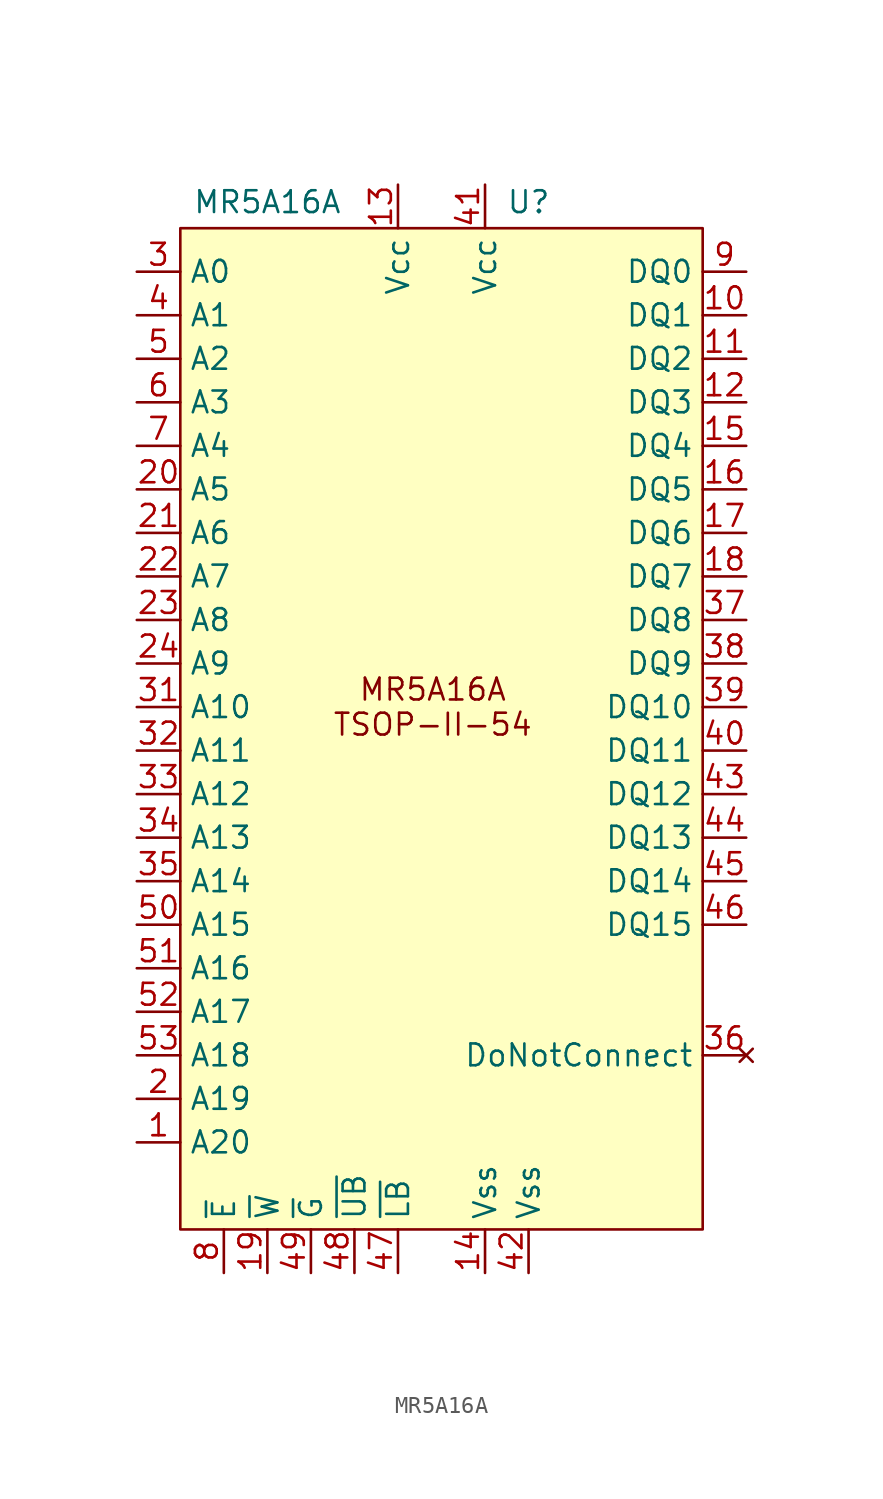
<source format=kicad_sym>
(kicad_symbol_lib
  (version 20231120)
  (generator "kicad_symbol_editor")
  (generator_version "8.0")
  (symbol "MR5A16A"
    (property "Reference" "U"
      (at 5.08 29.464 0)
      (effects (font (size 1.27 1.27))))
    (property "Value" "MR5A16A"
      (at -10.16 29.464 0)
      (effects (font (size 1.27 1.27))))
    (symbol "MR5A16A_0_1"
      (rectangle (start -15.24 27.94) (end 15.24 -30.48) (stroke (width 0) (type default)) (fill (type background))))
    (symbol "MR5A16A_1_1"
      (text "MR5A16A\nTSOP-II-54" (at -0.508 0 0) (effects (font (size 1.27 1.27))))
      (pin input line (at -17.78 -25.4 0) (length 2.54) (name "A20" (effects (font (size 1.27 1.27)))) (number "1" (effects (font (size 1.27 1.27)))))
      (pin tri_state line (at 17.78 22.86 180) (length 2.54) (name "DQ1" (effects (font (size 1.27 1.27)))) (number "10" (effects (font (size 1.27 1.27)))))
      (pin tri_state line (at 17.78 20.32 180) (length 2.54) (name "DQ2" (effects (font (size 1.27 1.27)))) (number "11" (effects (font (size 1.27 1.27)))))
      (pin tri_state line (at 17.78 17.78 180) (length 2.54) (name "DQ3" (effects (font (size 1.27 1.27)))) (number "12" (effects (font (size 1.27 1.27)))))
      (pin power_in line (at -2.54 30.48 270) (length 2.54) (name "Vcc" (effects (font (size 1.27 1.27)))) (number "13" (effects (font (size 1.27 1.27)))))
      (pin power_out line (at 2.54 -33.02 90) (length 2.54) (name "Vss" (effects (font (size 1.27 1.27)))) (number "14" (effects (font (size 1.27 1.27)))))
      (pin tri_state line (at 17.78 15.24 180) (length 2.54) (name "DQ4" (effects (font (size 1.27 1.27)))) (number "15" (effects (font (size 1.27 1.27)))))
      (pin tri_state line (at 17.78 12.7 180) (length 2.54) (name "DQ5" (effects (font (size 1.27 1.27)))) (number "16" (effects (font (size 1.27 1.27)))))
      (pin tri_state line (at 17.78 10.16 180) (length 2.54) (name "DQ6" (effects (font (size 1.27 1.27)))) (number "17" (effects (font (size 1.27 1.27)))))
      (pin tri_state line (at 17.78 7.62 180) (length 2.54) (name "DQ7" (effects (font (size 1.27 1.27)))) (number "18" (effects (font (size 1.27 1.27)))))
      (pin input line (at -10.16 -33.02 90) (length 2.54) (name "~{W}" (effects (font (size 1.27 1.27)))) (number "19" (effects (font (size 1.27 1.27)))))
      (pin input line (at -17.78 -22.86 0) (length 2.54) (name "A19" (effects (font (size 1.27 1.27)))) (number "2" (effects (font (size 1.27 1.27)))))
      (pin input line (at -17.78 12.7 0) (length 2.54) (name "A5" (effects (font (size 1.27 1.27)))) (number "20" (effects (font (size 1.27 1.27)))))
      (pin input line (at -17.78 10.16 0) (length 2.54) (name "A6" (effects (font (size 1.27 1.27)))) (number "21" (effects (font (size 1.27 1.27)))))
      (pin input line (at -17.78 7.62 0) (length 2.54) (name "A7" (effects (font (size 1.27 1.27)))) (number "22" (effects (font (size 1.27 1.27)))))
      (pin input line (at -17.78 5.08 0) (length 2.54) (name "A8" (effects (font (size 1.27 1.27)))) (number "23" (effects (font (size 1.27 1.27)))))
      (pin input line (at -17.78 2.54 0) (length 2.54) (name "A9" (effects (font (size 1.27 1.27)))) (number "24" (effects (font (size 1.27 1.27)))))
      (pin input line (at -17.78 25.4 0) (length 2.54) (name "A0" (effects (font (size 1.27 1.27)))) (number "3" (effects (font (size 1.27 1.27)))))
      (pin input line (at -17.78 0 0) (length 2.54) (name "A10" (effects (font (size 1.27 1.27)))) (number "31" (effects (font (size 1.27 1.27)))))
      (pin input line (at -17.78 -2.54 0) (length 2.54) (name "A11" (effects (font (size 1.27 1.27)))) (number "32" (effects (font (size 1.27 1.27)))))
      (pin input line (at -17.78 -5.08 0) (length 2.54) (name "A12" (effects (font (size 1.27 1.27)))) (number "33" (effects (font (size 1.27 1.27)))))
      (pin input line (at -17.78 -7.62 0) (length 2.54) (name "A13" (effects (font (size 1.27 1.27)))) (number "34" (effects (font (size 1.27 1.27)))))
      (pin input line (at -17.78 -10.16 0) (length 2.54) (name "A14" (effects (font (size 1.27 1.27)))) (number "35" (effects (font (size 1.27 1.27)))))
      (pin no_connect line (at 17.78 -20.32 180) (length 2.54) (name "DoNotConnect" (effects (font (size 1.27 1.27)))) (number "36" (effects (font (size 1.27 1.27)))))
      (pin tri_state line (at 17.78 5.08 180) (length 2.54) (name "DQ8" (effects (font (size 1.27 1.27)))) (number "37" (effects (font (size 1.27 1.27)))))
      (pin tri_state line (at 17.78 2.54 180) (length 2.54) (name "DQ9" (effects (font (size 1.27 1.27)))) (number "38" (effects (font (size 1.27 1.27)))))
      (pin tri_state line (at 17.78 0 180) (length 2.54) (name "DQ10" (effects (font (size 1.27 1.27)))) (number "39" (effects (font (size 1.27 1.27)))))
      (pin input line (at -17.78 22.86 0) (length 2.54) (name "A1" (effects (font (size 1.27 1.27)))) (number "4" (effects (font (size 1.27 1.27)))))
      (pin tri_state line (at 17.78 -2.54 180) (length 2.54) (name "DQ11" (effects (font (size 1.27 1.27)))) (number "40" (effects (font (size 1.27 1.27)))))
      (pin power_in line (at 2.54 30.48 270) (length 2.54) (name "Vcc" (effects (font (size 1.27 1.27)))) (number "41" (effects (font (size 1.27 1.27)))))
      (pin power_out line (at 5.08 -33.02 90) (length 2.54) (name "Vss" (effects (font (size 1.27 1.27)))) (number "42" (effects (font (size 1.27 1.27)))))
      (pin tri_state line (at 17.78 -5.08 180) (length 2.54) (name "DQ12" (effects (font (size 1.27 1.27)))) (number "43" (effects (font (size 1.27 1.27)))))
      (pin tri_state line (at 17.78 -7.62 180) (length 2.54) (name "DQ13" (effects (font (size 1.27 1.27)))) (number "44" (effects (font (size 1.27 1.27)))))
      (pin tri_state line (at 17.78 -10.16 180) (length 2.54) (name "DQ14" (effects (font (size 1.27 1.27)))) (number "45" (effects (font (size 1.27 1.27)))))
      (pin tri_state line (at 17.78 -12.7 180) (length 2.54) (name "DQ15" (effects (font (size 1.27 1.27)))) (number "46" (effects (font (size 1.27 1.27)))))
      (pin input line (at -2.54 -33.02 90) (length 2.54) (name "~{LB}" (effects (font (size 1.27 1.27)))) (number "47" (effects (font (size 1.27 1.27)))))
      (pin input line (at -5.08 -33.02 90) (length 2.54) (name "~{UB}" (effects (font (size 1.27 1.27)))) (number "48" (effects (font (size 1.27 1.27)))))
      (pin input line (at -7.62 -33.02 90) (length 2.54) (name "~{G}" (effects (font (size 1.27 1.27)))) (number "49" (effects (font (size 1.27 1.27)))))
      (pin input line (at -17.78 20.32 0) (length 2.54) (name "A2" (effects (font (size 1.27 1.27)))) (number "5" (effects (font (size 1.27 1.27)))))
      (pin input line (at -17.78 -12.7 0) (length 2.54) (name "A15" (effects (font (size 1.27 1.27)))) (number "50" (effects (font (size 1.27 1.27)))))
      (pin input line (at -17.78 -15.24 0) (length 2.54) (name "A16" (effects (font (size 1.27 1.27)))) (number "51" (effects (font (size 1.27 1.27)))))
      (pin input line (at -17.78 -17.78 0) (length 2.54) (name "A17" (effects (font (size 1.27 1.27)))) (number "52" (effects (font (size 1.27 1.27)))))
      (pin input line (at -17.78 -20.32 0) (length 2.54) (name "A18" (effects (font (size 1.27 1.27)))) (number "53" (effects (font (size 1.27 1.27)))))
      (pin input line (at -17.78 17.78 0) (length 2.54) (name "A3" (effects (font (size 1.27 1.27)))) (number "6" (effects (font (size 1.27 1.27)))))
      (pin input line (at -17.78 15.24 0) (length 2.54) (name "A4" (effects (font (size 1.27 1.27)))) (number "7" (effects (font (size 1.27 1.27)))))
      (pin input line (at -12.7 -33.02 90) (length 2.54) (name "~{E}" (effects (font (size 1.27 1.27)))) (number "8" (effects (font (size 1.27 1.27)))))
      (pin tri_state line (at 17.78 25.4 180) (length 2.54) (name "DQ0" (effects (font (size 1.27 1.27)))) (number "9" (effects (font (size 1.27 1.27))))))))
</source>
